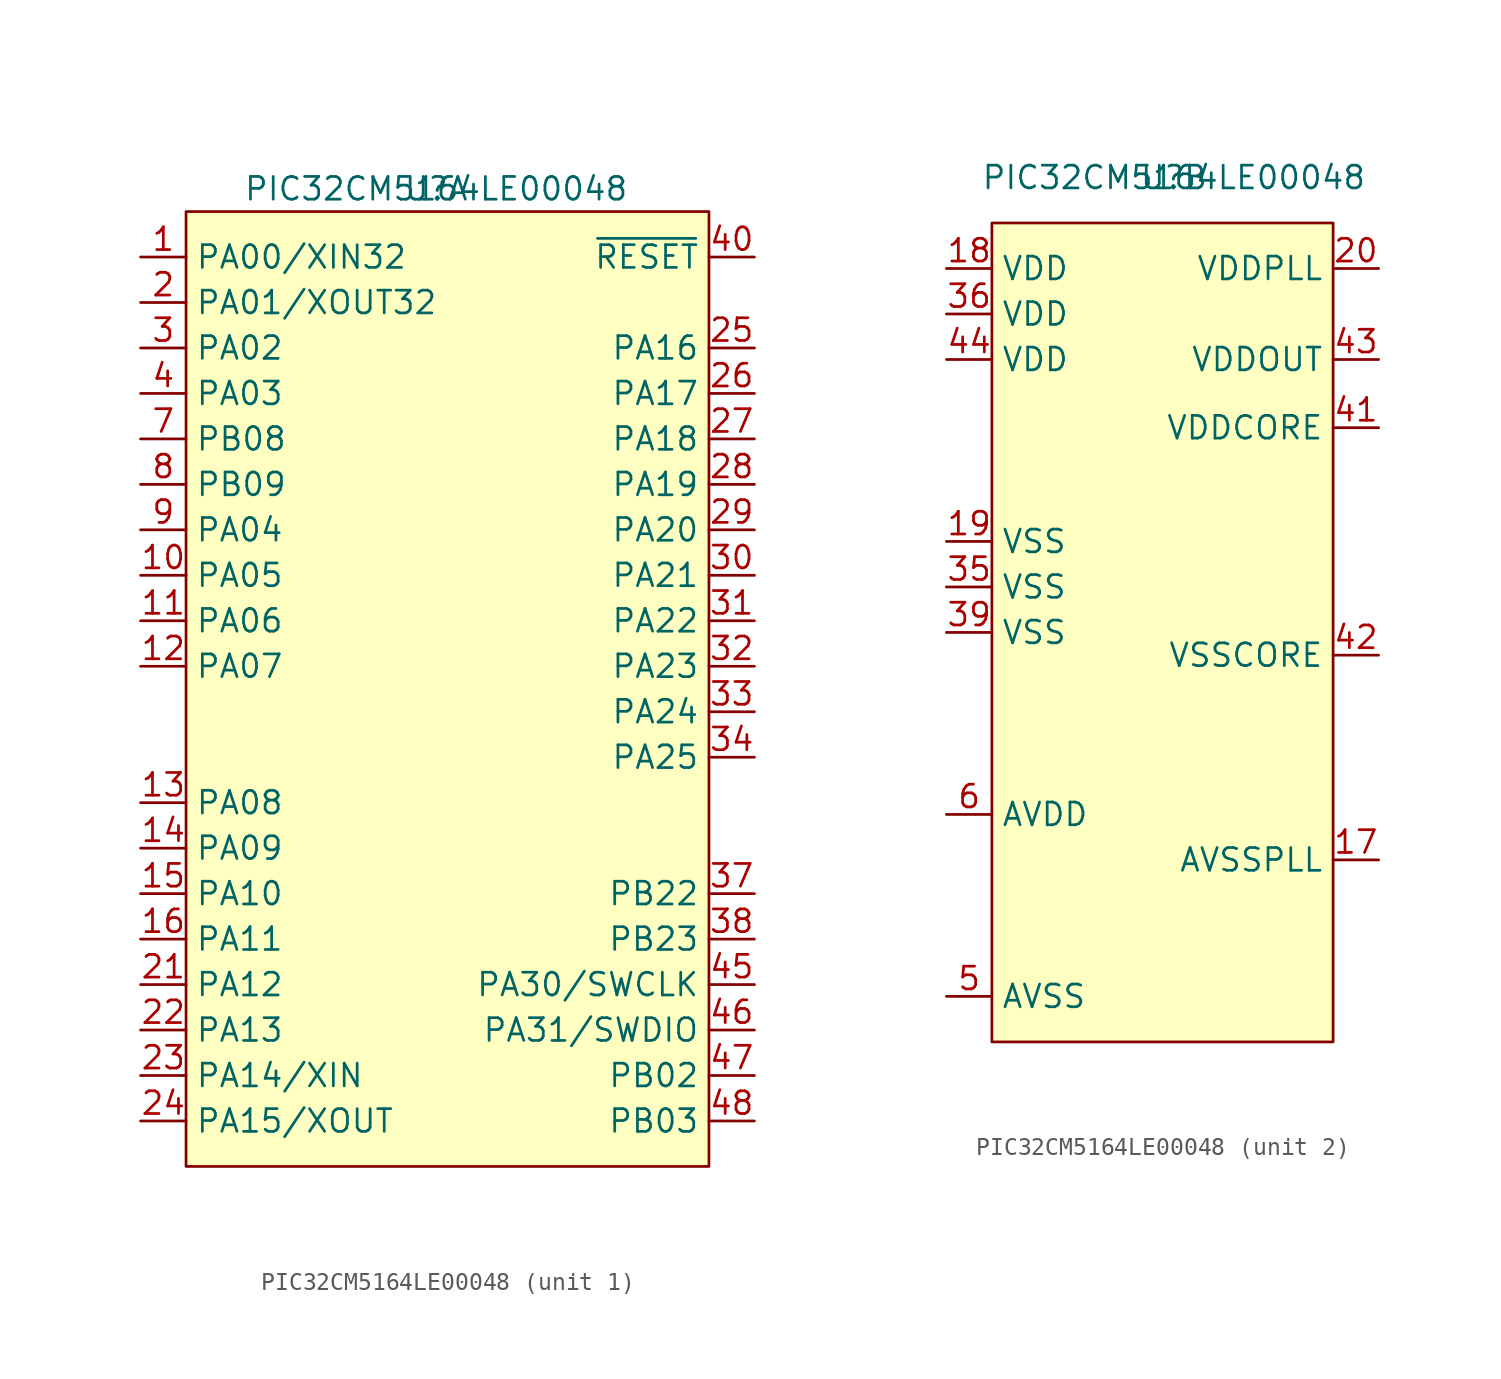
<source format=kicad_sym>
(kicad_symbol_lib
  (version 20231120)
  (generator "kicad_symbol_editor")
  (generator_version "8.0")
  (symbol "PIC32CM5164LE00048"
    (property "Reference" "U"
      (at 0 0 0)
      (effects (font (size 1.27 1.27))))
    (property "Value" "PIC32CM5164LE00048"
      (at 0 0 0)
      (effects (font (size 1.27 1.27))))
    (property "ki_locked" ""
      (at 0 0 0)
      (effects (font (size 1.27 1.27))))
    (symbol "PIC32CM5164LE00048_1_1"
      (rectangle (start -13.97 -1.27) (end 15.24 -54.61) (stroke (width 0) (type default)) (fill (type background)))
      (pin bidirectional line (at -16.51 -3.81 0) (length 2.54) (name "PA00/XIN32" (effects (font (size 1.27 1.27)))) (number "1" (effects (font (size 1.27 1.27)))))
      (pin bidirectional line (at -16.51 -21.59 0) (length 2.54) (name "PA05" (effects (font (size 1.27 1.27)))) (number "10" (effects (font (size 1.27 1.27)))))
      (pin bidirectional line (at -16.51 -24.13 0) (length 2.54) (name "PA06" (effects (font (size 1.27 1.27)))) (number "11" (effects (font (size 1.27 1.27)))))
      (pin bidirectional line (at -16.51 -26.67 0) (length 2.54) (name "PA07" (effects (font (size 1.27 1.27)))) (number "12" (effects (font (size 1.27 1.27)))))
      (pin bidirectional line (at -16.51 -34.29 0) (length 2.54) (name "PA08" (effects (font (size 1.27 1.27)))) (number "13" (effects (font (size 1.27 1.27)))))
      (pin bidirectional line (at -16.51 -36.83 0) (length 2.54) (name "PA09" (effects (font (size 1.27 1.27)))) (number "14" (effects (font (size 1.27 1.27)))))
      (pin bidirectional line (at -16.51 -39.37 0) (length 2.54) (name "PA10" (effects (font (size 1.27 1.27)))) (number "15" (effects (font (size 1.27 1.27)))))
      (pin bidirectional line (at -16.51 -41.91 0) (length 2.54) (name "PA11" (effects (font (size 1.27 1.27)))) (number "16" (effects (font (size 1.27 1.27)))))
      (pin bidirectional line (at -16.51 -6.35 0) (length 2.54) (name "PA01/XOUT32" (effects (font (size 1.27 1.27)))) (number "2" (effects (font (size 1.27 1.27)))))
      (pin bidirectional line (at -16.51 -44.45 0) (length 2.54) (name "PA12" (effects (font (size 1.27 1.27)))) (number "21" (effects (font (size 1.27 1.27)))))
      (pin bidirectional line (at -16.51 -46.99 0) (length 2.54) (name "PA13" (effects (font (size 1.27 1.27)))) (number "22" (effects (font (size 1.27 1.27)))))
      (pin bidirectional line (at -16.51 -49.53 0) (length 2.54) (name "PA14/XIN" (effects (font (size 1.27 1.27)))) (number "23" (effects (font (size 1.27 1.27)))))
      (pin bidirectional line (at -16.51 -52.07 0) (length 2.54) (name "PA15/XOUT" (effects (font (size 1.27 1.27)))) (number "24" (effects (font (size 1.27 1.27)))))
      (pin bidirectional line (at 17.78 -8.89 180) (length 2.54) (name "PA16" (effects (font (size 1.27 1.27)))) (number "25" (effects (font (size 1.27 1.27)))))
      (pin bidirectional line (at 17.78 -11.43 180) (length 2.54) (name "PA17" (effects (font (size 1.27 1.27)))) (number "26" (effects (font (size 1.27 1.27)))))
      (pin bidirectional line (at 17.78 -13.97 180) (length 2.54) (name "PA18" (effects (font (size 1.27 1.27)))) (number "27" (effects (font (size 1.27 1.27)))))
      (pin bidirectional line (at 17.78 -16.51 180) (length 2.54) (name "PA19" (effects (font (size 1.27 1.27)))) (number "28" (effects (font (size 1.27 1.27)))))
      (pin bidirectional line (at 17.78 -19.05 180) (length 2.54) (name "PA20" (effects (font (size 1.27 1.27)))) (number "29" (effects (font (size 1.27 1.27)))))
      (pin bidirectional line (at -16.51 -8.89 0) (length 2.54) (name "PA02" (effects (font (size 1.27 1.27)))) (number "3" (effects (font (size 1.27 1.27)))))
      (pin bidirectional line (at 17.78 -21.59 180) (length 2.54) (name "PA21" (effects (font (size 1.27 1.27)))) (number "30" (effects (font (size 1.27 1.27)))))
      (pin bidirectional line (at 17.78 -24.13 180) (length 2.54) (name "PA22" (effects (font (size 1.27 1.27)))) (number "31" (effects (font (size 1.27 1.27)))))
      (pin bidirectional line (at 17.78 -26.67 180) (length 2.54) (name "PA23" (effects (font (size 1.27 1.27)))) (number "32" (effects (font (size 1.27 1.27)))))
      (pin bidirectional line (at 17.78 -29.21 180) (length 2.54) (name "PA24" (effects (font (size 1.27 1.27)))) (number "33" (effects (font (size 1.27 1.27)))))
      (pin bidirectional line (at 17.78 -31.75 180) (length 2.54) (name "PA25" (effects (font (size 1.27 1.27)))) (number "34" (effects (font (size 1.27 1.27)))))
      (pin bidirectional line (at 17.78 -39.37 180) (length 2.54) (name "PB22" (effects (font (size 1.27 1.27)))) (number "37" (effects (font (size 1.27 1.27)))))
      (pin bidirectional line (at 17.78 -41.91 180) (length 2.54) (name "PB23" (effects (font (size 1.27 1.27)))) (number "38" (effects (font (size 1.27 1.27)))))
      (pin bidirectional line (at -16.51 -11.43 0) (length 2.54) (name "PA03" (effects (font (size 1.27 1.27)))) (number "4" (effects (font (size 1.27 1.27)))))
      (pin input line (at 17.78 -3.81 180) (length 2.54) (name "~{RESET}" (effects (font (size 1.27 1.27)))) (number "40" (effects (font (size 1.27 1.27)))))
      (pin bidirectional line (at 17.78 -44.45 180) (length 2.54) (name "PA30/SWCLK" (effects (font (size 1.27 1.27)))) (number "45" (effects (font (size 1.27 1.27)))))
      (pin bidirectional line (at 17.78 -46.99 180) (length 2.54) (name "PA31/SWDIO" (effects (font (size 1.27 1.27)))) (number "46" (effects (font (size 1.27 1.27)))))
      (pin bidirectional line (at 17.78 -49.53 180) (length 2.54) (name "PB02" (effects (font (size 1.27 1.27)))) (number "47" (effects (font (size 1.27 1.27)))))
      (pin bidirectional line (at 17.78 -52.07 180) (length 2.54) (name "PB03" (effects (font (size 1.27 1.27)))) (number "48" (effects (font (size 1.27 1.27)))))
      (pin bidirectional line (at -16.51 -13.97 0) (length 2.54) (name "PB08" (effects (font (size 1.27 1.27)))) (number "7" (effects (font (size 1.27 1.27)))))
      (pin bidirectional line (at -16.51 -16.51 0) (length 2.54) (name "PB09" (effects (font (size 1.27 1.27)))) (number "8" (effects (font (size 1.27 1.27)))))
      (pin bidirectional line (at -16.51 -19.05 0) (length 2.54) (name "PA04" (effects (font (size 1.27 1.27)))) (number "9" (effects (font (size 1.27 1.27))))))
    (symbol "PIC32CM5164LE00048_2_1"
      (rectangle (start -10.16 -2.54) (end 8.89 -48.26) (stroke (width 0) (type default)) (fill (type background)))
      (pin power_in line (at 11.43 -38.1 180) (length 2.54) (name "AVSSPLL" (effects (font (size 1.27 1.27)))) (number "17" (effects (font (size 1.27 1.27)))))
      (pin power_in line (at -12.7 -5.08 0) (length 2.54) (name "VDD" (effects (font (size 1.27 1.27)))) (number "18" (effects (font (size 1.27 1.27)))))
      (pin power_in line (at -12.7 -20.32 0) (length 2.54) (name "VSS" (effects (font (size 1.27 1.27)))) (number "19" (effects (font (size 1.27 1.27)))))
      (pin power_out line (at 11.43 -5.08 180) (length 2.54) (name "VDDPLL" (effects (font (size 1.27 1.27)))) (number "20" (effects (font (size 1.27 1.27)))))
      (pin power_in line (at -12.7 -22.86 0) (length 2.54) (name "VSS" (effects (font (size 1.27 1.27)))) (number "35" (effects (font (size 1.27 1.27)))))
      (pin power_in line (at -12.7 -7.62 0) (length 2.54) (name "VDD" (effects (font (size 1.27 1.27)))) (number "36" (effects (font (size 1.27 1.27)))))
      (pin power_in line (at -12.7 -25.4 0) (length 2.54) (name "VSS" (effects (font (size 1.27 1.27)))) (number "39" (effects (font (size 1.27 1.27)))))
      (pin power_in line (at 11.43 -13.97 180) (length 2.54) (name "VDDCORE" (effects (font (size 1.27 1.27)))) (number "41" (effects (font (size 1.27 1.27)))))
      (pin power_in line (at 11.43 -26.67 180) (length 2.54) (name "VSSCORE" (effects (font (size 1.27 1.27)))) (number "42" (effects (font (size 1.27 1.27)))))
      (pin power_out line (at 11.43 -10.16 180) (length 2.54) (name "VDDOUT" (effects (font (size 1.27 1.27)))) (number "43" (effects (font (size 1.27 1.27)))))
      (pin power_in line (at -12.7 -10.16 0) (length 2.54) (name "VDD" (effects (font (size 1.27 1.27)))) (number "44" (effects (font (size 1.27 1.27)))))
      (pin power_in line (at -12.7 -45.72 0) (length 2.54) (name "AVSS" (effects (font (size 1.27 1.27)))) (number "5" (effects (font (size 1.27 1.27)))))
      (pin power_in line (at -12.7 -35.56 0) (length 2.54) (name "AVDD" (effects (font (size 1.27 1.27)))) (number "6" (effects (font (size 1.27 1.27))))))))
</source>
